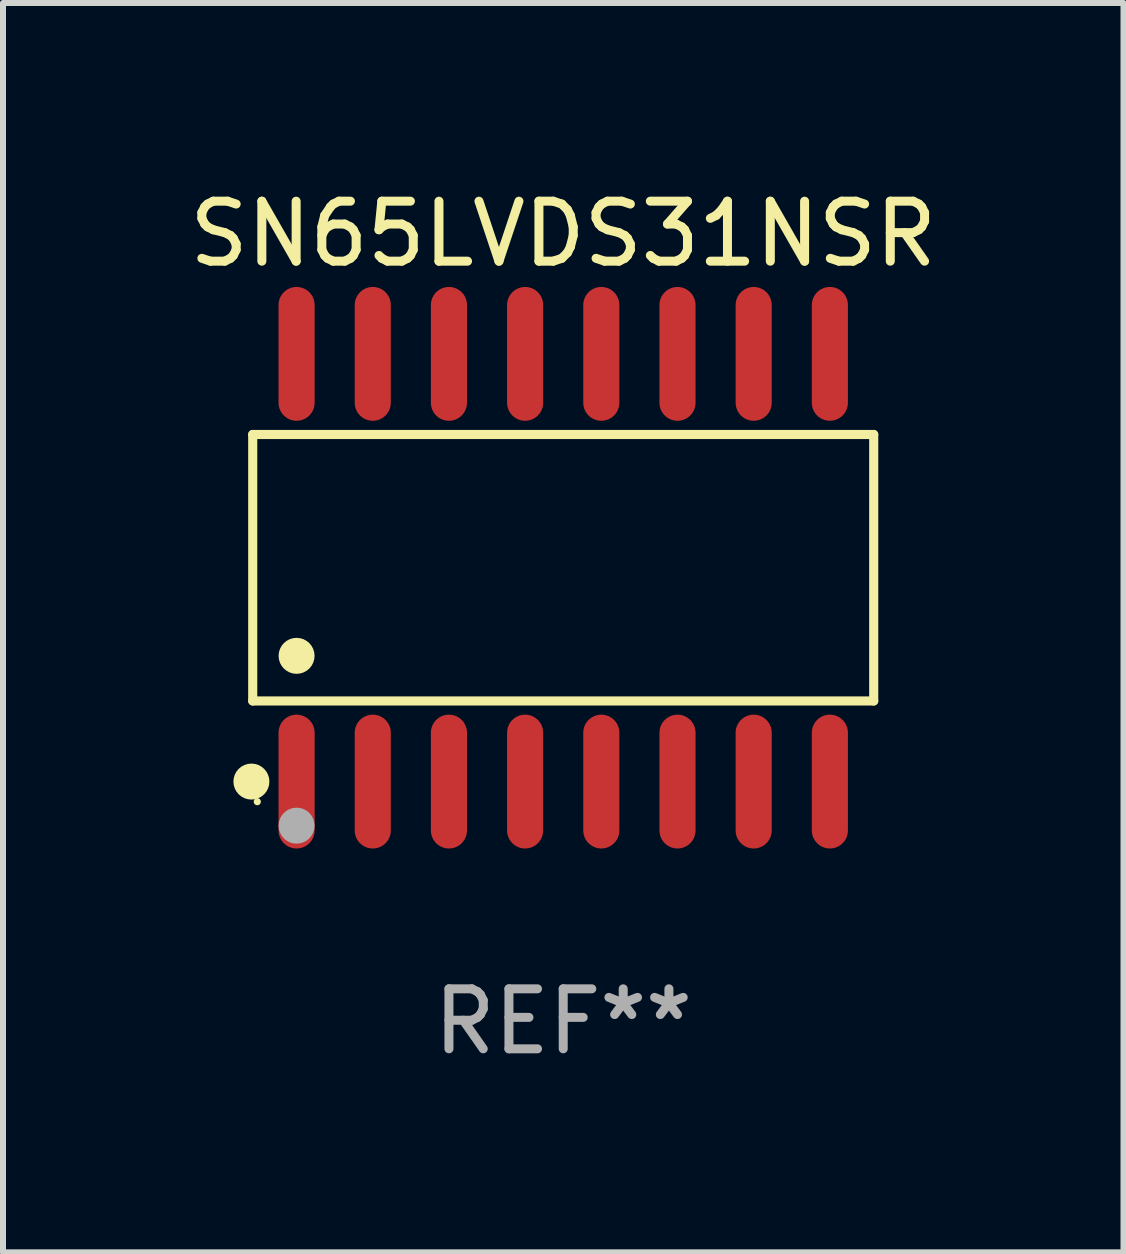
<source format=kicad_pcb>
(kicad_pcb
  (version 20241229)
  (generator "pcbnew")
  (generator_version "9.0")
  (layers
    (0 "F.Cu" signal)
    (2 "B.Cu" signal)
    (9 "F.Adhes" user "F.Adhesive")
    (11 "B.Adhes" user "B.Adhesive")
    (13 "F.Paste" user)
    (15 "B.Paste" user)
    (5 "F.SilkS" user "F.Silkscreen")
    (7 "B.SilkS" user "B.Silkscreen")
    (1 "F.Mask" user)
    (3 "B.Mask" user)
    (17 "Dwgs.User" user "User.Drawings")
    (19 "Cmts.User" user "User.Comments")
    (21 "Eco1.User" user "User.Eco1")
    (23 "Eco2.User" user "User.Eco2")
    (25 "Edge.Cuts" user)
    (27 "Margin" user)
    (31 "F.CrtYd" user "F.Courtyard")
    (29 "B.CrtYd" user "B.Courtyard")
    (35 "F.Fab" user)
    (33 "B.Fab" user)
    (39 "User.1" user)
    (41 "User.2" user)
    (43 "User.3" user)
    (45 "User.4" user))
  (footprint "SN65LVDS31NSR"
    (layer "F.Cu")
    (at 6.339 6.414)
    (property "Reference" "SN65LVDS31NSR" (at 0 -5.565 0) (layer "F.SilkS") (effects (font (size 1 1) (thickness 0.15))))
    (attr through_hole)
    (fp_line (start -5.176 -2.221) (end 5.176 -2.221) (stroke (width 0.152) (type solid)) (layer "F.SilkS"))
    (fp_line (start -5.176 2.221) (end -5.176 -2.221) (stroke (width 0.152) (type solid)) (layer "F.SilkS"))
    (fp_line (start 5.176 -2.221) (end 5.176 2.221) (stroke (width 0.152) (type solid)) (layer "F.SilkS"))
    (fp_line (start 5.176 2.221) (end -5.176 2.221) (stroke (width 0.152) (type solid)) (layer "F.SilkS"))
    (fp_circle (center -5.198 3.565) (end -5.048 3.565) (stroke (width 0.3) (type solid)) (fill no) (layer "F.SilkS"))
    (fp_circle (center -5.1 3.9) (end -5.07 3.9) (stroke (width 0.06) (type solid)) (fill no) (layer "F.SilkS"))
    (fp_circle (center -4.445 1.469) (end -4.295 1.469) (stroke (width 0.3) (type solid)) (fill no) (layer "F.SilkS"))
    (fp_circle (center -4.445 4.3) (end -4.295 4.3) (stroke (width 0.3) (type solid)) (fill no) (layer "F.Fab"))
    (fp_text user "REF**" (at 0 7.565 0) (layer "F.Fab") (effects (font (size 1 1) (thickness 0.15))))
    (pad "1" smd oval (at -4.445 3.565) (size 0.602 2.231) (layers "F.Cu" "F.Mask" "F.Paste"))
    (pad "2" smd oval (at -3.175 3.565) (size 0.602 2.231) (layers "F.Cu" "F.Mask" "F.Paste"))
    (pad "3" smd oval (at -1.905 3.565) (size 0.602 2.231) (layers "F.Cu" "F.Mask" "F.Paste"))
    (pad "4" smd oval (at -0.635 3.565) (size 0.602 2.231) (layers "F.Cu" "F.Mask" "F.Paste"))
    (pad "5" smd oval (at 0.635 3.565) (size 0.602 2.231) (layers "F.Cu" "F.Mask" "F.Paste"))
    (pad "6" smd oval (at 1.905 3.565) (size 0.602 2.231) (layers "F.Cu" "F.Mask" "F.Paste"))
    (pad "7" smd oval (at 3.175 3.565) (size 0.602 2.231) (layers "F.Cu" "F.Mask" "F.Paste"))
    (pad "8" smd oval (at 4.445 3.565) (size 0.602 2.231) (layers "F.Cu" "F.Mask" "F.Paste"))
    (pad "9" smd oval (at 4.445 -3.565) (size 0.602 2.231) (layers "F.Cu" "F.Mask" "F.Paste"))
    (pad "10" smd oval (at 3.175 -3.565) (size 0.602 2.231) (layers "F.Cu" "F.Mask" "F.Paste"))
    (pad "11" smd oval (at 1.905 -3.565) (size 0.602 2.231) (layers "F.Cu" "F.Mask" "F.Paste"))
    (pad "12" smd oval (at 0.635 -3.565) (size 0.602 2.231) (layers "F.Cu" "F.Mask" "F.Paste"))
    (pad "13" smd oval (at -0.635 -3.565) (size 0.602 2.231) (layers "F.Cu" "F.Mask" "F.Paste"))
    (pad "14" smd oval (at -1.905 -3.565) (size 0.602 2.231) (layers "F.Cu" "F.Mask" "F.Paste"))
    (pad "15" smd oval (at -3.175 -3.565) (size 0.602 2.231) (layers "F.Cu" "F.Mask" "F.Paste"))
    (pad "16" smd oval (at -4.445 -3.565) (size 0.602 2.231) (layers "F.Cu" "F.Mask" "F.Paste")))
  (gr_rect
    (start -3 -3)
    (end 15.679 17.827)
    (stroke (width 0.1) (type default))
    (fill no)
    (layer "Edge.Cuts")))
</source>
